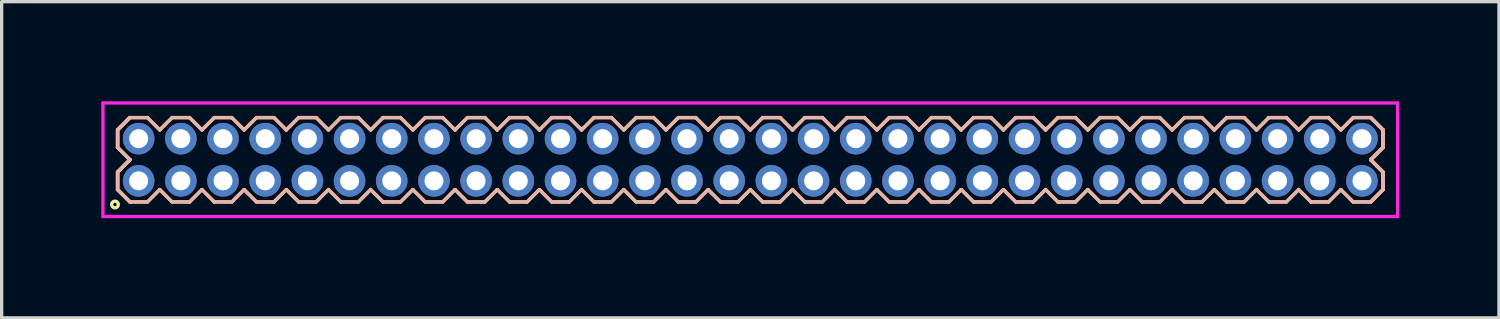
<source format=kicad_pcb>
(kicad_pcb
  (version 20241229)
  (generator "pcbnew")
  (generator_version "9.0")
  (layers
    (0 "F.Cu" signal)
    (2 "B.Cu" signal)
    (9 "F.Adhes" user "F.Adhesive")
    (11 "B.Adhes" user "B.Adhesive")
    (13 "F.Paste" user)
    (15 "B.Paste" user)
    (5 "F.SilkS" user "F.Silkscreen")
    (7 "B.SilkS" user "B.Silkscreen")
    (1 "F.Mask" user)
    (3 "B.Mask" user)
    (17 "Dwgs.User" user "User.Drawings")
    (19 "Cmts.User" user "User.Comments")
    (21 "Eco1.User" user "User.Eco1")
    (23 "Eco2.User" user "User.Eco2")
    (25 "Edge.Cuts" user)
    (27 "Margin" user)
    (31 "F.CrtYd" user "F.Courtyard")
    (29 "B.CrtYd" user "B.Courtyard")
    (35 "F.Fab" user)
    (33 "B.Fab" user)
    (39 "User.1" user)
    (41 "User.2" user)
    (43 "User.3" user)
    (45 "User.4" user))
  (footprint "HDR127P30x2"
    (layer "F.Cu")
    (at 19.54 1.76)
    (property "Reference" "HDR127P30x2" (at 0 0 0) (layer "User.1") (effects (font (size 1 1) (thickness 0.1))))
    (attr through_hole)
    (fp_line (start -19.05 -0.898) (end -18.678 -1.27) (stroke (width 0.1) (type solid)) (layer "F.SilkS"))
    (fp_line (start -19.05 -0.898) (end -18.678 -1.27) (stroke (width 0.1) (type solid)) (layer "F.SilkS"))
    (fp_line (start -19.05 -0.372) (end -19.05 -0.898) (stroke (width 0.1) (type solid)) (layer "F.SilkS"))
    (fp_line (start -19.05 -0.372) (end -19.05 -0.898) (stroke (width 0.1) (type solid)) (layer "F.SilkS"))
    (fp_line (start -19.05 0.372) (end -18.678 0) (stroke (width 0.1) (type solid)) (layer "F.SilkS"))
    (fp_line (start -19.05 0.372) (end -18.678 0) (stroke (width 0.1) (type solid)) (layer "F.SilkS"))
    (fp_line (start -19.05 0.898) (end -19.05 0.372) (stroke (width 0.1) (type solid)) (layer "F.SilkS"))
    (fp_line (start -19.05 0.898) (end -19.05 0.372) (stroke (width 0.1) (type solid)) (layer "F.SilkS"))
    (fp_line (start -18.678 -1.27) (end -18.152 -1.27) (stroke (width 0.1) (type solid)) (layer "F.SilkS"))
    (fp_line (start -18.678 0) (end -19.05 -0.372) (stroke (width 0.1) (type solid)) (layer "F.SilkS"))
    (fp_line (start -18.678 0) (end -19.05 -0.372) (stroke (width 0.1) (type solid)) (layer "F.SilkS"))
    (fp_line (start -18.678 1.27) (end -19.05 0.898) (stroke (width 0.1) (type solid)) (layer "F.SilkS"))
    (fp_line (start -18.678 1.27) (end -19.05 0.898) (stroke (width 0.1) (type solid)) (layer "F.SilkS"))
    (fp_line (start -18.152 -1.27) (end -17.78 -0.898) (stroke (width 0.1) (type solid)) (layer "F.SilkS"))
    (fp_line (start -18.152 1.27) (end -18.678 1.27) (stroke (width 0.1) (type solid)) (layer "F.SilkS"))
    (fp_line (start -17.78 -0.898) (end -17.408 -1.27) (stroke (width 0.1) (type solid)) (layer "F.SilkS"))
    (fp_line (start -17.78 0.898) (end -18.152 1.27) (stroke (width 0.1) (type solid)) (layer "F.SilkS"))
    (fp_line (start -17.408 -1.27) (end -16.882 -1.27) (stroke (width 0.1) (type solid)) (layer "F.SilkS"))
    (fp_line (start -17.408 1.27) (end -17.78 0.898) (stroke (width 0.1) (type solid)) (layer "F.SilkS"))
    (fp_line (start -16.882 -1.27) (end -16.51 -0.898) (stroke (width 0.1) (type solid)) (layer "F.SilkS"))
    (fp_line (start -16.882 1.27) (end -17.408 1.27) (stroke (width 0.1) (type solid)) (layer "F.SilkS"))
    (fp_line (start -16.51 -0.898) (end -16.138 -1.27) (stroke (width 0.1) (type solid)) (layer "F.SilkS"))
    (fp_line (start -16.51 0.898) (end -16.882 1.27) (stroke (width 0.1) (type solid)) (layer "F.SilkS"))
    (fp_line (start -16.138 -1.27) (end -15.612 -1.27) (stroke (width 0.1) (type solid)) (layer "F.SilkS"))
    (fp_line (start -16.138 1.27) (end -16.51 0.898) (stroke (width 0.1) (type solid)) (layer "F.SilkS"))
    (fp_line (start -15.612 -1.27) (end -15.24 -0.898) (stroke (width 0.1) (type solid)) (layer "F.SilkS"))
    (fp_line (start -15.612 1.27) (end -16.138 1.27) (stroke (width 0.1) (type solid)) (layer "F.SilkS"))
    (fp_line (start -15.24 -0.898) (end -14.868 -1.27) (stroke (width 0.1) (type solid)) (layer "F.SilkS"))
    (fp_line (start -15.24 0.898) (end -15.612 1.27) (stroke (width 0.1) (type solid)) (layer "F.SilkS"))
    (fp_line (start -14.868 -1.27) (end -14.342 -1.27) (stroke (width 0.1) (type solid)) (layer "F.SilkS"))
    (fp_line (start -14.868 1.27) (end -15.24 0.898) (stroke (width 0.1) (type solid)) (layer "F.SilkS"))
    (fp_line (start -14.342 -1.27) (end -13.97 -0.898) (stroke (width 0.1) (type solid)) (layer "F.SilkS"))
    (fp_line (start -14.342 1.27) (end -14.868 1.27) (stroke (width 0.1) (type solid)) (layer "F.SilkS"))
    (fp_line (start -13.97 -0.898) (end -13.598 -1.27) (stroke (width 0.1) (type solid)) (layer "F.SilkS"))
    (fp_line (start -13.97 0.898) (end -14.342 1.27) (stroke (width 0.1) (type solid)) (layer "F.SilkS"))
    (fp_line (start -13.598 -1.27) (end -13.072 -1.27) (stroke (width 0.1) (type solid)) (layer "F.SilkS"))
    (fp_line (start -13.598 1.27) (end -13.97 0.898) (stroke (width 0.1) (type solid)) (layer "F.SilkS"))
    (fp_line (start -13.072 -1.27) (end -12.7 -0.898) (stroke (width 0.1) (type solid)) (layer "F.SilkS"))
    (fp_line (start -13.072 1.27) (end -13.598 1.27) (stroke (width 0.1) (type solid)) (layer "F.SilkS"))
    (fp_line (start -12.7 -0.898) (end -12.328 -1.27) (stroke (width 0.1) (type solid)) (layer "F.SilkS"))
    (fp_line (start -12.7 0.898) (end -13.072 1.27) (stroke (width 0.1) (type solid)) (layer "F.SilkS"))
    (fp_line (start -12.328 -1.27) (end -11.802 -1.27) (stroke (width 0.1) (type solid)) (layer "F.SilkS"))
    (fp_line (start -12.328 1.27) (end -12.7 0.898) (stroke (width 0.1) (type solid)) (layer "F.SilkS"))
    (fp_line (start -11.802 -1.27) (end -11.43 -0.898) (stroke (width 0.1) (type solid)) (layer "F.SilkS"))
    (fp_line (start -11.802 1.27) (end -12.328 1.27) (stroke (width 0.1) (type solid)) (layer "F.SilkS"))
    (fp_line (start -11.43 -0.898) (end -11.058 -1.27) (stroke (width 0.1) (type solid)) (layer "F.SilkS"))
    (fp_line (start -11.43 0.898) (end -11.802 1.27) (stroke (width 0.1) (type solid)) (layer "F.SilkS"))
    (fp_line (start -11.058 -1.27) (end -10.532 -1.27) (stroke (width 0.1) (type solid)) (layer "F.SilkS"))
    (fp_line (start -11.058 1.27) (end -11.43 0.898) (stroke (width 0.1) (type solid)) (layer "F.SilkS"))
    (fp_line (start -10.532 -1.27) (end -10.16 -0.898) (stroke (width 0.1) (type solid)) (layer "F.SilkS"))
    (fp_line (start -10.532 1.27) (end -11.058 1.27) (stroke (width 0.1) (type solid)) (layer "F.SilkS"))
    (fp_line (start -10.16 -0.898) (end -9.788 -1.27) (stroke (width 0.1) (type solid)) (layer "F.SilkS"))
    (fp_line (start -10.16 0.898) (end -10.532 1.27) (stroke (width 0.1) (type solid)) (layer "F.SilkS"))
    (fp_line (start -9.788 -1.27) (end -9.262 -1.27) (stroke (width 0.1) (type solid)) (layer "F.SilkS"))
    (fp_line (start -9.788 1.27) (end -10.16 0.898) (stroke (width 0.1) (type solid)) (layer "F.SilkS"))
    (fp_line (start -9.262 -1.27) (end -8.89 -0.898) (stroke (width 0.1) (type solid)) (layer "F.SilkS"))
    (fp_line (start -9.262 1.27) (end -9.788 1.27) (stroke (width 0.1) (type solid)) (layer "F.SilkS"))
    (fp_line (start -8.89 -0.898) (end -8.518 -1.27) (stroke (width 0.1) (type solid)) (layer "F.SilkS"))
    (fp_line (start -8.89 0.898) (end -9.262 1.27) (stroke (width 0.1) (type solid)) (layer "F.SilkS"))
    (fp_line (start -8.518 -1.27) (end -7.992 -1.27) (stroke (width 0.1) (type solid)) (layer "F.SilkS"))
    (fp_line (start -8.518 1.27) (end -8.89 0.898) (stroke (width 0.1) (type solid)) (layer "F.SilkS"))
    (fp_line (start -7.992 -1.27) (end -7.62 -0.898) (stroke (width 0.1) (type solid)) (layer "F.SilkS"))
    (fp_line (start -7.992 1.27) (end -8.518 1.27) (stroke (width 0.1) (type solid)) (layer "F.SilkS"))
    (fp_line (start -7.62 -0.898) (end -7.248 -1.27) (stroke (width 0.1) (type solid)) (layer "F.SilkS"))
    (fp_line (start -7.62 0.898) (end -7.992 1.27) (stroke (width 0.1) (type solid)) (layer "F.SilkS"))
    (fp_line (start -7.248 -1.27) (end -6.722 -1.27) (stroke (width 0.1) (type solid)) (layer "F.SilkS"))
    (fp_line (start -7.248 1.27) (end -7.62 0.898) (stroke (width 0.1) (type solid)) (layer "F.SilkS"))
    (fp_line (start -6.722 -1.27) (end -6.35 -0.898) (stroke (width 0.1) (type solid)) (layer "F.SilkS"))
    (fp_line (start -6.722 1.27) (end -7.248 1.27) (stroke (width 0.1) (type solid)) (layer "F.SilkS"))
    (fp_line (start -6.35 -0.898) (end -5.978 -1.27) (stroke (width 0.1) (type solid)) (layer "F.SilkS"))
    (fp_line (start -6.35 0.898) (end -6.722 1.27) (stroke (width 0.1) (type solid)) (layer "F.SilkS"))
    (fp_line (start -5.978 -1.27) (end -5.452 -1.27) (stroke (width 0.1) (type solid)) (layer "F.SilkS"))
    (fp_line (start -5.978 1.27) (end -6.35 0.898) (stroke (width 0.1) (type solid)) (layer "F.SilkS"))
    (fp_line (start -5.452 -1.27) (end -5.08 -0.898) (stroke (width 0.1) (type solid)) (layer "F.SilkS"))
    (fp_line (start -5.452 1.27) (end -5.978 1.27) (stroke (width 0.1) (type solid)) (layer "F.SilkS"))
    (fp_line (start -5.08 -0.898) (end -4.708 -1.27) (stroke (width 0.1) (type solid)) (layer "F.SilkS"))
    (fp_line (start -5.08 0.898) (end -5.452 1.27) (stroke (width 0.1) (type solid)) (layer "F.SilkS"))
    (fp_line (start -4.708 -1.27) (end -4.182 -1.27) (stroke (width 0.1) (type solid)) (layer "F.SilkS"))
    (fp_line (start -4.708 1.27) (end -5.08 0.898) (stroke (width 0.1) (type solid)) (layer "F.SilkS"))
    (fp_line (start -4.182 -1.27) (end -3.81 -0.898) (stroke (width 0.1) (type solid)) (layer "F.SilkS"))
    (fp_line (start -4.182 1.27) (end -4.708 1.27) (stroke (width 0.1) (type solid)) (layer "F.SilkS"))
    (fp_line (start -3.81 -0.898) (end -3.438 -1.27) (stroke (width 0.1) (type solid)) (layer "F.SilkS"))
    (fp_line (start -3.81 0.898) (end -4.182 1.27) (stroke (width 0.1) (type solid)) (layer "F.SilkS"))
    (fp_line (start -3.438 -1.27) (end -2.912 -1.27) (stroke (width 0.1) (type solid)) (layer "F.SilkS"))
    (fp_line (start -3.438 1.27) (end -3.81 0.898) (stroke (width 0.1) (type solid)) (layer "F.SilkS"))
    (fp_line (start -2.912 -1.27) (end -2.54 -0.898) (stroke (width 0.1) (type solid)) (layer "F.SilkS"))
    (fp_line (start -2.912 1.27) (end -3.438 1.27) (stroke (width 0.1) (type solid)) (layer "F.SilkS"))
    (fp_line (start -2.54 -0.898) (end -2.168 -1.27) (stroke (width 0.1) (type solid)) (layer "F.SilkS"))
    (fp_line (start -2.54 0.898) (end -2.912 1.27) (stroke (width 0.1) (type solid)) (layer "F.SilkS"))
    (fp_line (start -2.168 -1.27) (end -1.642 -1.27) (stroke (width 0.1) (type solid)) (layer "F.SilkS"))
    (fp_line (start -2.168 1.27) (end -2.54 0.898) (stroke (width 0.1) (type solid)) (layer "F.SilkS"))
    (fp_line (start -1.642 -1.27) (end -1.27 -0.898) (stroke (width 0.1) (type solid)) (layer "F.SilkS"))
    (fp_line (start -1.642 1.27) (end -2.168 1.27) (stroke (width 0.1) (type solid)) (layer "F.SilkS"))
    (fp_line (start -1.27 -0.898) (end -0.898 -1.27) (stroke (width 0.1) (type solid)) (layer "F.SilkS"))
    (fp_line (start -1.27 0.898) (end -1.642 1.27) (stroke (width 0.1) (type solid)) (layer "F.SilkS"))
    (fp_line (start -0.898 -1.27) (end -0.372 -1.27) (stroke (width 0.1) (type solid)) (layer "F.SilkS"))
    (fp_line (start -0.898 1.27) (end -1.27 0.898) (stroke (width 0.1) (type solid)) (layer "F.SilkS"))
    (fp_line (start -0.372 -1.27) (end 0 -0.898) (stroke (width 0.1) (type solid)) (layer "F.SilkS"))
    (fp_line (start -0.372 1.27) (end -0.898 1.27) (stroke (width 0.1) (type solid)) (layer "F.SilkS"))
    (fp_line (start 0 -0.898) (end 0.372 -1.27) (stroke (width 0.1) (type solid)) (layer "F.SilkS"))
    (fp_line (start 0 0.898) (end -0.372 1.27) (stroke (width 0.1) (type solid)) (layer "F.SilkS"))
    (fp_line (start 0.372 -1.27) (end 0.898 -1.27) (stroke (width 0.1) (type solid)) (layer "F.SilkS"))
    (fp_line (start 0.372 1.27) (end 0 0.898) (stroke (width 0.1) (type solid)) (layer "F.SilkS"))
    (fp_line (start 0.898 -1.27) (end 1.27 -0.898) (stroke (width 0.1) (type solid)) (layer "F.SilkS"))
    (fp_line (start 0.898 1.27) (end 0.372 1.27) (stroke (width 0.1) (type solid)) (layer "F.SilkS"))
    (fp_line (start 1.27 -0.898) (end 1.642 -1.27) (stroke (width 0.1) (type solid)) (layer "F.SilkS"))
    (fp_line (start 1.27 0.898) (end 0.898 1.27) (stroke (width 0.1) (type solid)) (layer "F.SilkS"))
    (fp_line (start 1.642 -1.27) (end 2.168 -1.27) (stroke (width 0.1) (type solid)) (layer "F.SilkS"))
    (fp_line (start 1.642 1.27) (end 1.27 0.898) (stroke (width 0.1) (type solid)) (layer "F.SilkS"))
    (fp_line (start 2.168 -1.27) (end 2.54 -0.898) (stroke (width 0.1) (type solid)) (layer "F.SilkS"))
    (fp_line (start 2.168 1.27) (end 1.642 1.27) (stroke (width 0.1) (type solid)) (layer "F.SilkS"))
    (fp_line (start 2.54 -0.898) (end 2.912 -1.27) (stroke (width 0.1) (type solid)) (layer "F.SilkS"))
    (fp_line (start 2.54 0.898) (end 2.168 1.27) (stroke (width 0.1) (type solid)) (layer "F.SilkS"))
    (fp_line (start 2.912 -1.27) (end 3.438 -1.27) (stroke (width 0.1) (type solid)) (layer "F.SilkS"))
    (fp_line (start 2.912 1.27) (end 2.54 0.898) (stroke (width 0.1) (type solid)) (layer "F.SilkS"))
    (fp_line (start 3.438 -1.27) (end 3.81 -0.898) (stroke (width 0.1) (type solid)) (layer "F.SilkS"))
    (fp_line (start 3.438 1.27) (end 2.912 1.27) (stroke (width 0.1) (type solid)) (layer "F.SilkS"))
    (fp_line (start 3.81 -0.898) (end 4.182 -1.27) (stroke (width 0.1) (type solid)) (layer "F.SilkS"))
    (fp_line (start 3.81 0.898) (end 3.438 1.27) (stroke (width 0.1) (type solid)) (layer "F.SilkS"))
    (fp_line (start 4.182 -1.27) (end 4.708 -1.27) (stroke (width 0.1) (type solid)) (layer "F.SilkS"))
    (fp_line (start 4.182 1.27) (end 3.81 0.898) (stroke (width 0.1) (type solid)) (layer "F.SilkS"))
    (fp_line (start 4.708 -1.27) (end 5.08 -0.898) (stroke (width 0.1) (type solid)) (layer "F.SilkS"))
    (fp_line (start 4.708 1.27) (end 4.182 1.27) (stroke (width 0.1) (type solid)) (layer "F.SilkS"))
    (fp_line (start 5.08 -0.898) (end 5.452 -1.27) (stroke (width 0.1) (type solid)) (layer "F.SilkS"))
    (fp_line (start 5.08 0.898) (end 4.708 1.27) (stroke (width 0.1) (type solid)) (layer "F.SilkS"))
    (fp_line (start 5.452 -1.27) (end 5.978 -1.27) (stroke (width 0.1) (type solid)) (layer "F.SilkS"))
    (fp_line (start 5.452 1.27) (end 5.08 0.898) (stroke (width 0.1) (type solid)) (layer "F.SilkS"))
    (fp_line (start 5.978 -1.27) (end 6.35 -0.898) (stroke (width 0.1) (type solid)) (layer "F.SilkS"))
    (fp_line (start 5.978 1.27) (end 5.452 1.27) (stroke (width 0.1) (type solid)) (layer "F.SilkS"))
    (fp_line (start 6.35 -0.898) (end 6.722 -1.27) (stroke (width 0.1) (type solid)) (layer "F.SilkS"))
    (fp_line (start 6.35 0.898) (end 5.978 1.27) (stroke (width 0.1) (type solid)) (layer "F.SilkS"))
    (fp_line (start 6.722 -1.27) (end 7.248 -1.27) (stroke (width 0.1) (type solid)) (layer "F.SilkS"))
    (fp_line (start 6.722 1.27) (end 6.35 0.898) (stroke (width 0.1) (type solid)) (layer "F.SilkS"))
    (fp_line (start 7.248 -1.27) (end 7.62 -0.898) (stroke (width 0.1) (type solid)) (layer "F.SilkS"))
    (fp_line (start 7.248 1.27) (end 6.722 1.27) (stroke (width 0.1) (type solid)) (layer "F.SilkS"))
    (fp_line (start 7.62 -0.898) (end 7.992 -1.27) (stroke (width 0.1) (type solid)) (layer "F.SilkS"))
    (fp_line (start 7.62 0.898) (end 7.248 1.27) (stroke (width 0.1) (type solid)) (layer "F.SilkS"))
    (fp_line (start 7.992 -1.27) (end 8.518 -1.27) (stroke (width 0.1) (type solid)) (layer "F.SilkS"))
    (fp_line (start 7.992 1.27) (end 7.62 0.898) (stroke (width 0.1) (type solid)) (layer "F.SilkS"))
    (fp_line (start 8.518 -1.27) (end 8.89 -0.898) (stroke (width 0.1) (type solid)) (layer "F.SilkS"))
    (fp_line (start 8.518 1.27) (end 7.992 1.27) (stroke (width 0.1) (type solid)) (layer "F.SilkS"))
    (fp_line (start 8.89 -0.898) (end 9.262 -1.27) (stroke (width 0.1) (type solid)) (layer "F.SilkS"))
    (fp_line (start 8.89 0.898) (end 8.518 1.27) (stroke (width 0.1) (type solid)) (layer "F.SilkS"))
    (fp_line (start 9.262 -1.27) (end 9.788 -1.27) (stroke (width 0.1) (type solid)) (layer "F.SilkS"))
    (fp_line (start 9.262 1.27) (end 8.89 0.898) (stroke (width 0.1) (type solid)) (layer "F.SilkS"))
    (fp_line (start 9.788 -1.27) (end 10.16 -0.898) (stroke (width 0.1) (type solid)) (layer "F.SilkS"))
    (fp_line (start 9.788 1.27) (end 9.262 1.27) (stroke (width 0.1) (type solid)) (layer "F.SilkS"))
    (fp_line (start 10.16 -0.898) (end 10.532 -1.27) (stroke (width 0.1) (type solid)) (layer "F.SilkS"))
    (fp_line (start 10.16 0.898) (end 9.788 1.27) (stroke (width 0.1) (type solid)) (layer "F.SilkS"))
    (fp_line (start 10.532 -1.27) (end 11.058 -1.27) (stroke (width 0.1) (type solid)) (layer "F.SilkS"))
    (fp_line (start 10.532 1.27) (end 10.16 0.898) (stroke (width 0.1) (type solid)) (layer "F.SilkS"))
    (fp_line (start 11.058 -1.27) (end 11.43 -0.898) (stroke (width 0.1) (type solid)) (layer "F.SilkS"))
    (fp_line (start 11.058 1.27) (end 10.532 1.27) (stroke (width 0.1) (type solid)) (layer "F.SilkS"))
    (fp_line (start 11.43 -0.898) (end 11.802 -1.27) (stroke (width 0.1) (type solid)) (layer "F.SilkS"))
    (fp_line (start 11.43 0.898) (end 11.058 1.27) (stroke (width 0.1) (type solid)) (layer "F.SilkS"))
    (fp_line (start 11.802 -1.27) (end 12.328 -1.27) (stroke (width 0.1) (type solid)) (layer "F.SilkS"))
    (fp_line (start 11.802 1.27) (end 11.43 0.898) (stroke (width 0.1) (type solid)) (layer "F.SilkS"))
    (fp_line (start 12.328 -1.27) (end 12.7 -0.898) (stroke (width 0.1) (type solid)) (layer "F.SilkS"))
    (fp_line (start 12.328 1.27) (end 11.802 1.27) (stroke (width 0.1) (type solid)) (layer "F.SilkS"))
    (fp_line (start 12.7 -0.898) (end 13.072 -1.27) (stroke (width 0.1) (type solid)) (layer "F.SilkS"))
    (fp_line (start 12.7 0.898) (end 12.328 1.27) (stroke (width 0.1) (type solid)) (layer "F.SilkS"))
    (fp_line (start 13.072 -1.27) (end 13.598 -1.27) (stroke (width 0.1) (type solid)) (layer "F.SilkS"))
    (fp_line (start 13.072 1.27) (end 12.7 0.898) (stroke (width 0.1) (type solid)) (layer "F.SilkS"))
    (fp_line (start 13.598 -1.27) (end 13.97 -0.898) (stroke (width 0.1) (type solid)) (layer "F.SilkS"))
    (fp_line (start 13.598 1.27) (end 13.072 1.27) (stroke (width 0.1) (type solid)) (layer "F.SilkS"))
    (fp_line (start 13.97 -0.898) (end 14.342 -1.27) (stroke (width 0.1) (type solid)) (layer "F.SilkS"))
    (fp_line (start 13.97 0.898) (end 13.598 1.27) (stroke (width 0.1) (type solid)) (layer "F.SilkS"))
    (fp_line (start 14.342 -1.27) (end 14.868 -1.27) (stroke (width 0.1) (type solid)) (layer "F.SilkS"))
    (fp_line (start 14.342 1.27) (end 13.97 0.898) (stroke (width 0.1) (type solid)) (layer "F.SilkS"))
    (fp_line (start 14.868 -1.27) (end 15.24 -0.898) (stroke (width 0.1) (type solid)) (layer "F.SilkS"))
    (fp_line (start 14.868 1.27) (end 14.342 1.27) (stroke (width 0.1) (type solid)) (layer "F.SilkS"))
    (fp_line (start 15.24 -0.898) (end 15.612 -1.27) (stroke (width 0.1) (type solid)) (layer "F.SilkS"))
    (fp_line (start 15.24 0.898) (end 14.868 1.27) (stroke (width 0.1) (type solid)) (layer "F.SilkS"))
    (fp_line (start 15.612 -1.27) (end 16.138 -1.27) (stroke (width 0.1) (type solid)) (layer "F.SilkS"))
    (fp_line (start 15.612 1.27) (end 15.24 0.898) (stroke (width 0.1) (type solid)) (layer "F.SilkS"))
    (fp_line (start 16.138 -1.27) (end 16.51 -0.898) (stroke (width 0.1) (type solid)) (layer "F.SilkS"))
    (fp_line (start 16.138 1.27) (end 15.612 1.27) (stroke (width 0.1) (type solid)) (layer "F.SilkS"))
    (fp_line (start 16.51 -0.898) (end 16.882 -1.27) (stroke (width 0.1) (type solid)) (layer "F.SilkS"))
    (fp_line (start 16.51 0.898) (end 16.138 1.27) (stroke (width 0.1) (type solid)) (layer "F.SilkS"))
    (fp_line (start 16.882 -1.27) (end 17.408 -1.27) (stroke (width 0.1) (type solid)) (layer "F.SilkS"))
    (fp_line (start 16.882 1.27) (end 16.51 0.898) (stroke (width 0.1) (type solid)) (layer "F.SilkS"))
    (fp_line (start 17.408 -1.27) (end 17.78 -0.898) (stroke (width 0.1) (type solid)) (layer "F.SilkS"))
    (fp_line (start 17.408 1.27) (end 16.882 1.27) (stroke (width 0.1) (type solid)) (layer "F.SilkS"))
    (fp_line (start 17.78 -0.898) (end 18.152 -1.27) (stroke (width 0.1) (type solid)) (layer "F.SilkS"))
    (fp_line (start 17.78 0.898) (end 17.408 1.27) (stroke (width 0.1) (type solid)) (layer "F.SilkS"))
    (fp_line (start 18.152 -1.27) (end 18.678 -1.27) (stroke (width 0.1) (type solid)) (layer "F.SilkS"))
    (fp_line (start 18.152 1.27) (end 17.78 0.898) (stroke (width 0.1) (type solid)) (layer "F.SilkS"))
    (fp_line (start 18.678 -1.27) (end 19.05 -0.898) (stroke (width 0.1) (type solid)) (layer "F.SilkS"))
    (fp_line (start 18.678 -1.27) (end 19.05 -0.898) (stroke (width 0.1) (type solid)) (layer "F.SilkS"))
    (fp_line (start 18.678 0) (end 19.05 0.372) (stroke (width 0.1) (type solid)) (layer "F.SilkS"))
    (fp_line (start 18.678 0) (end 19.05 0.372) (stroke (width 0.1) (type solid)) (layer "F.SilkS"))
    (fp_line (start 18.678 1.27) (end 18.152 1.27) (stroke (width 0.1) (type solid)) (layer "F.SilkS"))
    (fp_line (start 19.05 -0.898) (end 19.05 -0.372) (stroke (width 0.1) (type solid)) (layer "F.SilkS"))
    (fp_line (start 19.05 -0.898) (end 19.05 -0.372) (stroke (width 0.1) (type solid)) (layer "F.SilkS"))
    (fp_line (start 19.05 -0.372) (end 18.678 0) (stroke (width 0.1) (type solid)) (layer "F.SilkS"))
    (fp_line (start 19.05 -0.372) (end 18.678 0) (stroke (width 0.1) (type solid)) (layer "F.SilkS"))
    (fp_line (start 19.05 0.372) (end 19.05 0.898) (stroke (width 0.1) (type solid)) (layer "F.SilkS"))
    (fp_line (start 19.05 0.372) (end 19.05 0.898) (stroke (width 0.1) (type solid)) (layer "F.SilkS"))
    (fp_line (start 19.05 0.898) (end 18.678 1.27) (stroke (width 0.1) (type solid)) (layer "F.SilkS"))
    (fp_line (start 19.05 0.898) (end 18.678 1.27) (stroke (width 0.1) (type solid)) (layer "F.SilkS"))
    (fp_circle (center -19.128 1.347) (end -19.027 1.347) (stroke (width 0.1) (type solid)) (fill no) (layer "F.SilkS"))
    (fp_line (start -19.05 -0.898) (end -18.678 -1.27) (stroke (width 0.1) (type solid)) (layer "B.SilkS"))
    (fp_line (start -19.05 -0.898) (end -18.678 -1.27) (stroke (width 0.1) (type solid)) (layer "B.SilkS"))
    (fp_line (start -19.05 -0.372) (end -19.05 -0.898) (stroke (width 0.1) (type solid)) (layer "B.SilkS"))
    (fp_line (start -19.05 -0.372) (end -19.05 -0.898) (stroke (width 0.1) (type solid)) (layer "B.SilkS"))
    (fp_line (start -19.05 0.372) (end -18.678 0) (stroke (width 0.1) (type solid)) (layer "B.SilkS"))
    (fp_line (start -19.05 0.372) (end -18.678 0) (stroke (width 0.1) (type solid)) (layer "B.SilkS"))
    (fp_line (start -19.05 0.898) (end -19.05 0.372) (stroke (width 0.1) (type solid)) (layer "B.SilkS"))
    (fp_line (start -19.05 0.898) (end -19.05 0.372) (stroke (width 0.1) (type solid)) (layer "B.SilkS"))
    (fp_line (start -18.678 -1.27) (end -18.152 -1.27) (stroke (width 0.1) (type solid)) (layer "B.SilkS"))
    (fp_line (start -18.678 0) (end -19.05 -0.372) (stroke (width 0.1) (type solid)) (layer "B.SilkS"))
    (fp_line (start -18.678 0) (end -19.05 -0.372) (stroke (width 0.1) (type solid)) (layer "B.SilkS"))
    (fp_line (start -18.678 1.27) (end -19.05 0.898) (stroke (width 0.1) (type solid)) (layer "B.SilkS"))
    (fp_line (start -18.678 1.27) (end -19.05 0.898) (stroke (width 0.1) (type solid)) (layer "B.SilkS"))
    (fp_line (start -18.152 -1.27) (end -17.78 -0.898) (stroke (width 0.1) (type solid)) (layer "B.SilkS"))
    (fp_line (start -18.152 1.27) (end -18.678 1.27) (stroke (width 0.1) (type solid)) (layer "B.SilkS"))
    (fp_line (start -17.78 -0.898) (end -17.408 -1.27) (stroke (width 0.1) (type solid)) (layer "B.SilkS"))
    (fp_line (start -17.78 0.898) (end -18.152 1.27) (stroke (width 0.1) (type solid)) (layer "B.SilkS"))
    (fp_line (start -17.408 -1.27) (end -16.882 -1.27) (stroke (width 0.1) (type solid)) (layer "B.SilkS"))
    (fp_line (start -17.408 1.27) (end -17.78 0.898) (stroke (width 0.1) (type solid)) (layer "B.SilkS"))
    (fp_line (start -16.882 -1.27) (end -16.51 -0.898) (stroke (width 0.1) (type solid)) (layer "B.SilkS"))
    (fp_line (start -16.882 1.27) (end -17.408 1.27) (stroke (width 0.1) (type solid)) (layer "B.SilkS"))
    (fp_line (start -16.51 -0.898) (end -16.138 -1.27) (stroke (width 0.1) (type solid)) (layer "B.SilkS"))
    (fp_line (start -16.51 0.898) (end -16.882 1.27) (stroke (width 0.1) (type solid)) (layer "B.SilkS"))
    (fp_line (start -16.138 -1.27) (end -15.612 -1.27) (stroke (width 0.1) (type solid)) (layer "B.SilkS"))
    (fp_line (start -16.138 1.27) (end -16.51 0.898) (stroke (width 0.1) (type solid)) (layer "B.SilkS"))
    (fp_line (start -15.612 -1.27) (end -15.24 -0.898) (stroke (width 0.1) (type solid)) (layer "B.SilkS"))
    (fp_line (start -15.612 1.27) (end -16.138 1.27) (stroke (width 0.1) (type solid)) (layer "B.SilkS"))
    (fp_line (start -15.24 -0.898) (end -14.868 -1.27) (stroke (width 0.1) (type solid)) (layer "B.SilkS"))
    (fp_line (start -15.24 0.898) (end -15.612 1.27) (stroke (width 0.1) (type solid)) (layer "B.SilkS"))
    (fp_line (start -14.868 -1.27) (end -14.342 -1.27) (stroke (width 0.1) (type solid)) (layer "B.SilkS"))
    (fp_line (start -14.868 1.27) (end -15.24 0.898) (stroke (width 0.1) (type solid)) (layer "B.SilkS"))
    (fp_line (start -14.342 -1.27) (end -13.97 -0.898) (stroke (width 0.1) (type solid)) (layer "B.SilkS"))
    (fp_line (start -14.342 1.27) (end -14.868 1.27) (stroke (width 0.1) (type solid)) (layer "B.SilkS"))
    (fp_line (start -13.97 -0.898) (end -13.598 -1.27) (stroke (width 0.1) (type solid)) (layer "B.SilkS"))
    (fp_line (start -13.97 0.898) (end -14.342 1.27) (stroke (width 0.1) (type solid)) (layer "B.SilkS"))
    (fp_line (start -13.598 -1.27) (end -13.072 -1.27) (stroke (width 0.1) (type solid)) (layer "B.SilkS"))
    (fp_line (start -13.598 1.27) (end -13.97 0.898) (stroke (width 0.1) (type solid)) (layer "B.SilkS"))
    (fp_line (start -13.072 -1.27) (end -12.7 -0.898) (stroke (width 0.1) (type solid)) (layer "B.SilkS"))
    (fp_line (start -13.072 1.27) (end -13.598 1.27) (stroke (width 0.1) (type solid)) (layer "B.SilkS"))
    (fp_line (start -12.7 -0.898) (end -12.328 -1.27) (stroke (width 0.1) (type solid)) (layer "B.SilkS"))
    (fp_line (start -12.7 0.898) (end -13.072 1.27) (stroke (width 0.1) (type solid)) (layer "B.SilkS"))
    (fp_line (start -12.328 -1.27) (end -11.802 -1.27) (stroke (width 0.1) (type solid)) (layer "B.SilkS"))
    (fp_line (start -12.328 1.27) (end -12.7 0.898) (stroke (width 0.1) (type solid)) (layer "B.SilkS"))
    (fp_line (start -11.802 -1.27) (end -11.43 -0.898) (stroke (width 0.1) (type solid)) (layer "B.SilkS"))
    (fp_line (start -11.802 1.27) (end -12.328 1.27) (stroke (width 0.1) (type solid)) (layer "B.SilkS"))
    (fp_line (start -11.43 -0.898) (end -11.058 -1.27) (stroke (width 0.1) (type solid)) (layer "B.SilkS"))
    (fp_line (start -11.43 0.898) (end -11.802 1.27) (stroke (width 0.1) (type solid)) (layer "B.SilkS"))
    (fp_line (start -11.058 -1.27) (end -10.532 -1.27) (stroke (width 0.1) (type solid)) (layer "B.SilkS"))
    (fp_line (start -11.058 1.27) (end -11.43 0.898) (stroke (width 0.1) (type solid)) (layer "B.SilkS"))
    (fp_line (start -10.532 -1.27) (end -10.16 -0.898) (stroke (width 0.1) (type solid)) (layer "B.SilkS"))
    (fp_line (start -10.532 1.27) (end -11.058 1.27) (stroke (width 0.1) (type solid)) (layer "B.SilkS"))
    (fp_line (start -10.16 -0.898) (end -9.788 -1.27) (stroke (width 0.1) (type solid)) (layer "B.SilkS"))
    (fp_line (start -10.16 0.898) (end -10.532 1.27) (stroke (width 0.1) (type solid)) (layer "B.SilkS"))
    (fp_line (start -9.788 -1.27) (end -9.262 -1.27) (stroke (width 0.1) (type solid)) (layer "B.SilkS"))
    (fp_line (start -9.788 1.27) (end -10.16 0.898) (stroke (width 0.1) (type solid)) (layer "B.SilkS"))
    (fp_line (start -9.262 -1.27) (end -8.89 -0.898) (stroke (width 0.1) (type solid)) (layer "B.SilkS"))
    (fp_line (start -9.262 1.27) (end -9.788 1.27) (stroke (width 0.1) (type solid)) (layer "B.SilkS"))
    (fp_line (start -8.89 -0.898) (end -8.518 -1.27) (stroke (width 0.1) (type solid)) (layer "B.SilkS"))
    (fp_line (start -8.89 0.898) (end -9.262 1.27) (stroke (width 0.1) (type solid)) (layer "B.SilkS"))
    (fp_line (start -8.518 -1.27) (end -7.992 -1.27) (stroke (width 0.1) (type solid)) (layer "B.SilkS"))
    (fp_line (start -8.518 1.27) (end -8.89 0.898) (stroke (width 0.1) (type solid)) (layer "B.SilkS"))
    (fp_line (start -7.992 -1.27) (end -7.62 -0.898) (stroke (width 0.1) (type solid)) (layer "B.SilkS"))
    (fp_line (start -7.992 1.27) (end -8.518 1.27) (stroke (width 0.1) (type solid)) (layer "B.SilkS"))
    (fp_line (start -7.62 -0.898) (end -7.248 -1.27) (stroke (width 0.1) (type solid)) (layer "B.SilkS"))
    (fp_line (start -7.62 0.898) (end -7.992 1.27) (stroke (width 0.1) (type solid)) (layer "B.SilkS"))
    (fp_line (start -7.248 -1.27) (end -6.722 -1.27) (stroke (width 0.1) (type solid)) (layer "B.SilkS"))
    (fp_line (start -7.248 1.27) (end -7.62 0.898) (stroke (width 0.1) (type solid)) (layer "B.SilkS"))
    (fp_line (start -6.722 -1.27) (end -6.35 -0.898) (stroke (width 0.1) (type solid)) (layer "B.SilkS"))
    (fp_line (start -6.722 1.27) (end -7.248 1.27) (stroke (width 0.1) (type solid)) (layer "B.SilkS"))
    (fp_line (start -6.35 -0.898) (end -5.978 -1.27) (stroke (width 0.1) (type solid)) (layer "B.SilkS"))
    (fp_line (start -6.35 0.898) (end -6.722 1.27) (stroke (width 0.1) (type solid)) (layer "B.SilkS"))
    (fp_line (start -5.978 -1.27) (end -5.452 -1.27) (stroke (width 0.1) (type solid)) (layer "B.SilkS"))
    (fp_line (start -5.978 1.27) (end -6.35 0.898) (stroke (width 0.1) (type solid)) (layer "B.SilkS"))
    (fp_line (start -5.452 -1.27) (end -5.08 -0.898) (stroke (width 0.1) (type solid)) (layer "B.SilkS"))
    (fp_line (start -5.452 1.27) (end -5.978 1.27) (stroke (width 0.1) (type solid)) (layer "B.SilkS"))
    (fp_line (start -5.08 -0.898) (end -4.708 -1.27) (stroke (width 0.1) (type solid)) (layer "B.SilkS"))
    (fp_line (start -5.08 0.898) (end -5.452 1.27) (stroke (width 0.1) (type solid)) (layer "B.SilkS"))
    (fp_line (start -4.708 -1.27) (end -4.182 -1.27) (stroke (width 0.1) (type solid)) (layer "B.SilkS"))
    (fp_line (start -4.708 1.27) (end -5.08 0.898) (stroke (width 0.1) (type solid)) (layer "B.SilkS"))
    (fp_line (start -4.182 -1.27) (end -3.81 -0.898) (stroke (width 0.1) (type solid)) (layer "B.SilkS"))
    (fp_line (start -4.182 1.27) (end -4.708 1.27) (stroke (width 0.1) (type solid)) (layer "B.SilkS"))
    (fp_line (start -3.81 -0.898) (end -3.438 -1.27) (stroke (width 0.1) (type solid)) (layer "B.SilkS"))
    (fp_line (start -3.81 0.898) (end -4.182 1.27) (stroke (width 0.1) (type solid)) (layer "B.SilkS"))
    (fp_line (start -3.438 -1.27) (end -2.912 -1.27) (stroke (width 0.1) (type solid)) (layer "B.SilkS"))
    (fp_line (start -3.438 1.27) (end -3.81 0.898) (stroke (width 0.1) (type solid)) (layer "B.SilkS"))
    (fp_line (start -2.912 -1.27) (end -2.54 -0.898) (stroke (width 0.1) (type solid)) (layer "B.SilkS"))
    (fp_line (start -2.912 1.27) (end -3.438 1.27) (stroke (width 0.1) (type solid)) (layer "B.SilkS"))
    (fp_line (start -2.54 -0.898) (end -2.168 -1.27) (stroke (width 0.1) (type solid)) (layer "B.SilkS"))
    (fp_line (start -2.54 0.898) (end -2.912 1.27) (stroke (width 0.1) (type solid)) (layer "B.SilkS"))
    (fp_line (start -2.168 -1.27) (end -1.642 -1.27) (stroke (width 0.1) (type solid)) (layer "B.SilkS"))
    (fp_line (start -2.168 1.27) (end -2.54 0.898) (stroke (width 0.1) (type solid)) (layer "B.SilkS"))
    (fp_line (start -1.642 -1.27) (end -1.27 -0.898) (stroke (width 0.1) (type solid)) (layer "B.SilkS"))
    (fp_line (start -1.642 1.27) (end -2.168 1.27) (stroke (width 0.1) (type solid)) (layer "B.SilkS"))
    (fp_line (start -1.27 -0.898) (end -0.898 -1.27) (stroke (width 0.1) (type solid)) (layer "B.SilkS"))
    (fp_line (start -1.27 0.898) (end -1.642 1.27) (stroke (width 0.1) (type solid)) (layer "B.SilkS"))
    (fp_line (start -0.898 -1.27) (end -0.372 -1.27) (stroke (width 0.1) (type solid)) (layer "B.SilkS"))
    (fp_line (start -0.898 1.27) (end -1.27 0.898) (stroke (width 0.1) (type solid)) (layer "B.SilkS"))
    (fp_line (start -0.372 -1.27) (end 0 -0.898) (stroke (width 0.1) (type solid)) (layer "B.SilkS"))
    (fp_line (start -0.372 1.27) (end -0.898 1.27) (stroke (width 0.1) (type solid)) (layer "B.SilkS"))
    (fp_line (start 0 -0.898) (end 0.372 -1.27) (stroke (width 0.1) (type solid)) (layer "B.SilkS"))
    (fp_line (start 0 0.898) (end -0.372 1.27) (stroke (width 0.1) (type solid)) (layer "B.SilkS"))
    (fp_line (start 0.372 -1.27) (end 0.898 -1.27) (stroke (width 0.1) (type solid)) (layer "B.SilkS"))
    (fp_line (start 0.372 1.27) (end 0 0.898) (stroke (width 0.1) (type solid)) (layer "B.SilkS"))
    (fp_line (start 0.898 -1.27) (end 1.27 -0.898) (stroke (width 0.1) (type solid)) (layer "B.SilkS"))
    (fp_line (start 0.898 1.27) (end 0.372 1.27) (stroke (width 0.1) (type solid)) (layer "B.SilkS"))
    (fp_line (start 1.27 -0.898) (end 1.642 -1.27) (stroke (width 0.1) (type solid)) (layer "B.SilkS"))
    (fp_line (start 1.27 0.898) (end 0.898 1.27) (stroke (width 0.1) (type solid)) (layer "B.SilkS"))
    (fp_line (start 1.642 -1.27) (end 2.168 -1.27) (stroke (width 0.1) (type solid)) (layer "B.SilkS"))
    (fp_line (start 1.642 1.27) (end 1.27 0.898) (stroke (width 0.1) (type solid)) (layer "B.SilkS"))
    (fp_line (start 2.168 -1.27) (end 2.54 -0.898) (stroke (width 0.1) (type solid)) (layer "B.SilkS"))
    (fp_line (start 2.168 1.27) (end 1.642 1.27) (stroke (width 0.1) (type solid)) (layer "B.SilkS"))
    (fp_line (start 2.54 -0.898) (end 2.912 -1.27) (stroke (width 0.1) (type solid)) (layer "B.SilkS"))
    (fp_line (start 2.54 0.898) (end 2.168 1.27) (stroke (width 0.1) (type solid)) (layer "B.SilkS"))
    (fp_line (start 2.912 -1.27) (end 3.438 -1.27) (stroke (width 0.1) (type solid)) (layer "B.SilkS"))
    (fp_line (start 2.912 1.27) (end 2.54 0.898) (stroke (width 0.1) (type solid)) (layer "B.SilkS"))
    (fp_line (start 3.438 -1.27) (end 3.81 -0.898) (stroke (width 0.1) (type solid)) (layer "B.SilkS"))
    (fp_line (start 3.438 1.27) (end 2.912 1.27) (stroke (width 0.1) (type solid)) (layer "B.SilkS"))
    (fp_line (start 3.81 -0.898) (end 4.182 -1.27) (stroke (width 0.1) (type solid)) (layer "B.SilkS"))
    (fp_line (start 3.81 0.898) (end 3.438 1.27) (stroke (width 0.1) (type solid)) (layer "B.SilkS"))
    (fp_line (start 4.182 -1.27) (end 4.708 -1.27) (stroke (width 0.1) (type solid)) (layer "B.SilkS"))
    (fp_line (start 4.182 1.27) (end 3.81 0.898) (stroke (width 0.1) (type solid)) (layer "B.SilkS"))
    (fp_line (start 4.708 -1.27) (end 5.08 -0.898) (stroke (width 0.1) (type solid)) (layer "B.SilkS"))
    (fp_line (start 4.708 1.27) (end 4.182 1.27) (stroke (width 0.1) (type solid)) (layer "B.SilkS"))
    (fp_line (start 5.08 -0.898) (end 5.452 -1.27) (stroke (width 0.1) (type solid)) (layer "B.SilkS"))
    (fp_line (start 5.08 0.898) (end 4.708 1.27) (stroke (width 0.1) (type solid)) (layer "B.SilkS"))
    (fp_line (start 5.452 -1.27) (end 5.978 -1.27) (stroke (width 0.1) (type solid)) (layer "B.SilkS"))
    (fp_line (start 5.452 1.27) (end 5.08 0.898) (stroke (width 0.1) (type solid)) (layer "B.SilkS"))
    (fp_line (start 5.978 -1.27) (end 6.35 -0.898) (stroke (width 0.1) (type solid)) (layer "B.SilkS"))
    (fp_line (start 5.978 1.27) (end 5.452 1.27) (stroke (width 0.1) (type solid)) (layer "B.SilkS"))
    (fp_line (start 6.35 -0.898) (end 6.722 -1.27) (stroke (width 0.1) (type solid)) (layer "B.SilkS"))
    (fp_line (start 6.35 0.898) (end 5.978 1.27) (stroke (width 0.1) (type solid)) (layer "B.SilkS"))
    (fp_line (start 6.722 -1.27) (end 7.248 -1.27) (stroke (width 0.1) (type solid)) (layer "B.SilkS"))
    (fp_line (start 6.722 1.27) (end 6.35 0.898) (stroke (width 0.1) (type solid)) (layer "B.SilkS"))
    (fp_line (start 7.248 -1.27) (end 7.62 -0.898) (stroke (width 0.1) (type solid)) (layer "B.SilkS"))
    (fp_line (start 7.248 1.27) (end 6.722 1.27) (stroke (width 0.1) (type solid)) (layer "B.SilkS"))
    (fp_line (start 7.62 -0.898) (end 7.992 -1.27) (stroke (width 0.1) (type solid)) (layer "B.SilkS"))
    (fp_line (start 7.62 0.898) (end 7.248 1.27) (stroke (width 0.1) (type solid)) (layer "B.SilkS"))
    (fp_line (start 7.992 -1.27) (end 8.518 -1.27) (stroke (width 0.1) (type solid)) (layer "B.SilkS"))
    (fp_line (start 7.992 1.27) (end 7.62 0.898) (stroke (width 0.1) (type solid)) (layer "B.SilkS"))
    (fp_line (start 8.518 -1.27) (end 8.89 -0.898) (stroke (width 0.1) (type solid)) (layer "B.SilkS"))
    (fp_line (start 8.518 1.27) (end 7.992 1.27) (stroke (width 0.1) (type solid)) (layer "B.SilkS"))
    (fp_line (start 8.89 -0.898) (end 9.262 -1.27) (stroke (width 0.1) (type solid)) (layer "B.SilkS"))
    (fp_line (start 8.89 0.898) (end 8.518 1.27) (stroke (width 0.1) (type solid)) (layer "B.SilkS"))
    (fp_line (start 9.262 -1.27) (end 9.788 -1.27) (stroke (width 0.1) (type solid)) (layer "B.SilkS"))
    (fp_line (start 9.262 1.27) (end 8.89 0.898) (stroke (width 0.1) (type solid)) (layer "B.SilkS"))
    (fp_line (start 9.788 -1.27) (end 10.16 -0.898) (stroke (width 0.1) (type solid)) (layer "B.SilkS"))
    (fp_line (start 9.788 1.27) (end 9.262 1.27) (stroke (width 0.1) (type solid)) (layer "B.SilkS"))
    (fp_line (start 10.16 -0.898) (end 10.532 -1.27) (stroke (width 0.1) (type solid)) (layer "B.SilkS"))
    (fp_line (start 10.16 0.898) (end 9.788 1.27) (stroke (width 0.1) (type solid)) (layer "B.SilkS"))
    (fp_line (start 10.532 -1.27) (end 11.058 -1.27) (stroke (width 0.1) (type solid)) (layer "B.SilkS"))
    (fp_line (start 10.532 1.27) (end 10.16 0.898) (stroke (width 0.1) (type solid)) (layer "B.SilkS"))
    (fp_line (start 11.058 -1.27) (end 11.43 -0.898) (stroke (width 0.1) (type solid)) (layer "B.SilkS"))
    (fp_line (start 11.058 1.27) (end 10.532 1.27) (stroke (width 0.1) (type solid)) (layer "B.SilkS"))
    (fp_line (start 11.43 -0.898) (end 11.802 -1.27) (stroke (width 0.1) (type solid)) (layer "B.SilkS"))
    (fp_line (start 11.43 0.898) (end 11.058 1.27) (stroke (width 0.1) (type solid)) (layer "B.SilkS"))
    (fp_line (start 11.802 -1.27) (end 12.328 -1.27) (stroke (width 0.1) (type solid)) (layer "B.SilkS"))
    (fp_line (start 11.802 1.27) (end 11.43 0.898) (stroke (width 0.1) (type solid)) (layer "B.SilkS"))
    (fp_line (start 12.328 -1.27) (end 12.7 -0.898) (stroke (width 0.1) (type solid)) (layer "B.SilkS"))
    (fp_line (start 12.328 1.27) (end 11.802 1.27) (stroke (width 0.1) (type solid)) (layer "B.SilkS"))
    (fp_line (start 12.7 -0.898) (end 13.072 -1.27) (stroke (width 0.1) (type solid)) (layer "B.SilkS"))
    (fp_line (start 12.7 0.898) (end 12.328 1.27) (stroke (width 0.1) (type solid)) (layer "B.SilkS"))
    (fp_line (start 13.072 -1.27) (end 13.598 -1.27) (stroke (width 0.1) (type solid)) (layer "B.SilkS"))
    (fp_line (start 13.072 1.27) (end 12.7 0.898) (stroke (width 0.1) (type solid)) (layer "B.SilkS"))
    (fp_line (start 13.598 -1.27) (end 13.97 -0.898) (stroke (width 0.1) (type solid)) (layer "B.SilkS"))
    (fp_line (start 13.598 1.27) (end 13.072 1.27) (stroke (width 0.1) (type solid)) (layer "B.SilkS"))
    (fp_line (start 13.97 -0.898) (end 14.342 -1.27) (stroke (width 0.1) (type solid)) (layer "B.SilkS"))
    (fp_line (start 13.97 0.898) (end 13.598 1.27) (stroke (width 0.1) (type solid)) (layer "B.SilkS"))
    (fp_line (start 14.342 -1.27) (end 14.868 -1.27) (stroke (width 0.1) (type solid)) (layer "B.SilkS"))
    (fp_line (start 14.342 1.27) (end 13.97 0.898) (stroke (width 0.1) (type solid)) (layer "B.SilkS"))
    (fp_line (start 14.868 -1.27) (end 15.24 -0.898) (stroke (width 0.1) (type solid)) (layer "B.SilkS"))
    (fp_line (start 14.868 1.27) (end 14.342 1.27) (stroke (width 0.1) (type solid)) (layer "B.SilkS"))
    (fp_line (start 15.24 -0.898) (end 15.612 -1.27) (stroke (width 0.1) (type solid)) (layer "B.SilkS"))
    (fp_line (start 15.24 0.898) (end 14.868 1.27) (stroke (width 0.1) (type solid)) (layer "B.SilkS"))
    (fp_line (start 15.612 -1.27) (end 16.138 -1.27) (stroke (width 0.1) (type solid)) (layer "B.SilkS"))
    (fp_line (start 15.612 1.27) (end 15.24 0.898) (stroke (width 0.1) (type solid)) (layer "B.SilkS"))
    (fp_line (start 16.138 -1.27) (end 16.51 -0.898) (stroke (width 0.1) (type solid)) (layer "B.SilkS"))
    (fp_line (start 16.138 1.27) (end 15.612 1.27) (stroke (width 0.1) (type solid)) (layer "B.SilkS"))
    (fp_line (start 16.51 -0.898) (end 16.882 -1.27) (stroke (width 0.1) (type solid)) (layer "B.SilkS"))
    (fp_line (start 16.51 0.898) (end 16.138 1.27) (stroke (width 0.1) (type solid)) (layer "B.SilkS"))
    (fp_line (start 16.882 -1.27) (end 17.408 -1.27) (stroke (width 0.1) (type solid)) (layer "B.SilkS"))
    (fp_line (start 16.882 1.27) (end 16.51 0.898) (stroke (width 0.1) (type solid)) (layer "B.SilkS"))
    (fp_line (start 17.408 -1.27) (end 17.78 -0.898) (stroke (width 0.1) (type solid)) (layer "B.SilkS"))
    (fp_line (start 17.408 1.27) (end 16.882 1.27) (stroke (width 0.1) (type solid)) (layer "B.SilkS"))
    (fp_line (start 17.78 -0.898) (end 18.152 -1.27) (stroke (width 0.1) (type solid)) (layer "B.SilkS"))
    (fp_line (start 17.78 0.898) (end 17.408 1.27) (stroke (width 0.1) (type solid)) (layer "B.SilkS"))
    (fp_line (start 18.152 -1.27) (end 18.678 -1.27) (stroke (width 0.1) (type solid)) (layer "B.SilkS"))
    (fp_line (start 18.152 1.27) (end 17.78 0.898) (stroke (width 0.1) (type solid)) (layer "B.SilkS"))
    (fp_line (start 18.678 -1.27) (end 19.05 -0.898) (stroke (width 0.1) (type solid)) (layer "B.SilkS"))
    (fp_line (start 18.678 -1.27) (end 19.05 -0.898) (stroke (width 0.1) (type solid)) (layer "B.SilkS"))
    (fp_line (start 18.678 0) (end 19.05 0.372) (stroke (width 0.1) (type solid)) (layer "B.SilkS"))
    (fp_line (start 18.678 0) (end 19.05 0.372) (stroke (width 0.1) (type solid)) (layer "B.SilkS"))
    (fp_line (start 18.678 1.27) (end 18.152 1.27) (stroke (width 0.1) (type solid)) (layer "B.SilkS"))
    (fp_line (start 19.05 -0.898) (end 19.05 -0.372) (stroke (width 0.1) (type solid)) (layer "B.SilkS"))
    (fp_line (start 19.05 -0.898) (end 19.05 -0.372) (stroke (width 0.1) (type solid)) (layer "B.SilkS"))
    (fp_line (start 19.05 -0.372) (end 18.678 0) (stroke (width 0.1) (type solid)) (layer "B.SilkS"))
    (fp_line (start 19.05 -0.372) (end 18.678 0) (stroke (width 0.1) (type solid)) (layer "B.SilkS"))
    (fp_line (start 19.05 0.372) (end 19.05 0.898) (stroke (width 0.1) (type solid)) (layer "B.SilkS"))
    (fp_line (start 19.05 0.372) (end 19.05 0.898) (stroke (width 0.1) (type solid)) (layer "B.SilkS"))
    (fp_line (start 19.05 0.898) (end 18.678 1.27) (stroke (width 0.1) (type solid)) (layer "B.SilkS"))
    (fp_line (start 19.05 0.898) (end 18.678 1.27) (stroke (width 0.1) (type solid)) (layer "B.SilkS"))
    (fp_line (start -19.49 -1.71) (end -19.49 1.71) (stroke (width 0.1) (type solid)) (layer "F.CrtYd"))
    (fp_line (start -19.49 1.71) (end 19.49 1.71) (stroke (width 0.1) (type solid)) (layer "F.CrtYd"))
    (fp_line (start 19.49 -1.71) (end -19.49 -1.71) (stroke (width 0.1) (type solid)) (layer "F.CrtYd"))
    (fp_line (start 19.49 1.71) (end 19.49 -1.71) (stroke (width 0.1) (type solid)) (layer "F.CrtYd"))
    (pad "1" thru_hole oval (at -18.415 0.635) (size 0.95 0.95) (drill 0.57) (layers "*.Cu" "*.Mask"))
    (pad "2" thru_hole oval (at -18.415 -0.635) (size 0.95 0.95) (drill 0.57) (layers "*.Cu" "*.Mask"))
    (pad "3" thru_hole oval (at -17.145 0.635) (size 0.95 0.95) (drill 0.57) (layers "*.Cu" "*.Mask"))
    (pad "4" thru_hole oval (at -17.145 -0.635) (size 0.95 0.95) (drill 0.57) (layers "*.Cu" "*.Mask"))
    (pad "5" thru_hole oval (at -15.875 0.635) (size 0.95 0.95) (drill 0.57) (layers "*.Cu" "*.Mask"))
    (pad "6" thru_hole oval (at -15.875 -0.635) (size 0.95 0.95) (drill 0.57) (layers "*.Cu" "*.Mask"))
    (pad "7" thru_hole oval (at -14.605 0.635) (size 0.95 0.95) (drill 0.57) (layers "*.Cu" "*.Mask"))
    (pad "8" thru_hole oval (at -14.605 -0.635) (size 0.95 0.95) (drill 0.57) (layers "*.Cu" "*.Mask"))
    (pad "9" thru_hole oval (at -13.335 0.635) (size 0.95 0.95) (drill 0.57) (layers "*.Cu" "*.Mask"))
    (pad "10" thru_hole oval (at -13.335 -0.635) (size 0.95 0.95) (drill 0.57) (layers "*.Cu" "*.Mask"))
    (pad "11" thru_hole oval (at -12.065 0.635) (size 0.95 0.95) (drill 0.57) (layers "*.Cu" "*.Mask"))
    (pad "12" thru_hole oval (at -12.065 -0.635) (size 0.95 0.95) (drill 0.57) (layers "*.Cu" "*.Mask"))
    (pad "13" thru_hole oval (at -10.795 0.635) (size 0.95 0.95) (drill 0.57) (layers "*.Cu" "*.Mask"))
    (pad "14" thru_hole oval (at -10.795 -0.635) (size 0.95 0.95) (drill 0.57) (layers "*.Cu" "*.Mask"))
    (pad "15" thru_hole oval (at -9.525 0.635) (size 0.95 0.95) (drill 0.57) (layers "*.Cu" "*.Mask"))
    (pad "16" thru_hole oval (at -9.525 -0.635) (size 0.95 0.95) (drill 0.57) (layers "*.Cu" "*.Mask"))
    (pad "17" thru_hole oval (at -8.255 0.635) (size 0.95 0.95) (drill 0.57) (layers "*.Cu" "*.Mask"))
    (pad "18" thru_hole oval (at -8.255 -0.635) (size 0.95 0.95) (drill 0.57) (layers "*.Cu" "*.Mask"))
    (pad "19" thru_hole oval (at -6.985 0.635) (size 0.95 0.95) (drill 0.57) (layers "*.Cu" "*.Mask"))
    (pad "20" thru_hole oval (at -6.985 -0.635) (size 0.95 0.95) (drill 0.57) (layers "*.Cu" "*.Mask"))
    (pad "21" thru_hole oval (at -5.715 0.635) (size 0.95 0.95) (drill 0.57) (layers "*.Cu" "*.Mask"))
    (pad "22" thru_hole oval (at -5.715 -0.635) (size 0.95 0.95) (drill 0.57) (layers "*.Cu" "*.Mask"))
    (pad "23" thru_hole oval (at -4.445 0.635) (size 0.95 0.95) (drill 0.57) (layers "*.Cu" "*.Mask"))
    (pad "24" thru_hole oval (at -4.445 -0.635) (size 0.95 0.95) (drill 0.57) (layers "*.Cu" "*.Mask"))
    (pad "25" thru_hole oval (at -3.175 0.635) (size 0.95 0.95) (drill 0.57) (layers "*.Cu" "*.Mask"))
    (pad "26" thru_hole oval (at -3.175 -0.635) (size 0.95 0.95) (drill 0.57) (layers "*.Cu" "*.Mask"))
    (pad "27" thru_hole oval (at -1.905 0.635) (size 0.95 0.95) (drill 0.57) (layers "*.Cu" "*.Mask"))
    (pad "28" thru_hole oval (at -1.905 -0.635) (size 0.95 0.95) (drill 0.57) (layers "*.Cu" "*.Mask"))
    (pad "29" thru_hole oval (at -0.635 0.635) (size 0.95 0.95) (drill 0.57) (layers "*.Cu" "*.Mask"))
    (pad "30" thru_hole oval (at -0.635 -0.635) (size 0.95 0.95) (drill 0.57) (layers "*.Cu" "*.Mask"))
    (pad "31" thru_hole oval (at 0.635 0.635) (size 0.95 0.95) (drill 0.57) (layers "*.Cu" "*.Mask"))
    (pad "32" thru_hole oval (at 0.635 -0.635) (size 0.95 0.95) (drill 0.57) (layers "*.Cu" "*.Mask"))
    (pad "33" thru_hole oval (at 1.905 0.635) (size 0.95 0.95) (drill 0.57) (layers "*.Cu" "*.Mask"))
    (pad "34" thru_hole oval (at 1.905 -0.635) (size 0.95 0.95) (drill 0.57) (layers "*.Cu" "*.Mask"))
    (pad "35" thru_hole oval (at 3.175 0.635) (size 0.95 0.95) (drill 0.57) (layers "*.Cu" "*.Mask"))
    (pad "36" thru_hole oval (at 3.175 -0.635) (size 0.95 0.95) (drill 0.57) (layers "*.Cu" "*.Mask"))
    (pad "37" thru_hole oval (at 4.445 0.635) (size 0.95 0.95) (drill 0.57) (layers "*.Cu" "*.Mask"))
    (pad "38" thru_hole oval (at 4.445 -0.635) (size 0.95 0.95) (drill 0.57) (layers "*.Cu" "*.Mask"))
    (pad "39" thru_hole oval (at 5.715 0.635) (size 0.95 0.95) (drill 0.57) (layers "*.Cu" "*.Mask"))
    (pad "40" thru_hole oval (at 5.715 -0.635) (size 0.95 0.95) (drill 0.57) (layers "*.Cu" "*.Mask"))
    (pad "41" thru_hole oval (at 6.985 0.635) (size 0.95 0.95) (drill 0.57) (layers "*.Cu" "*.Mask"))
    (pad "42" thru_hole oval (at 6.985 -0.635) (size 0.95 0.95) (drill 0.57) (layers "*.Cu" "*.Mask"))
    (pad "43" thru_hole oval (at 8.255 0.635) (size 0.95 0.95) (drill 0.57) (layers "*.Cu" "*.Mask"))
    (pad "44" thru_hole oval (at 8.255 -0.635) (size 0.95 0.95) (drill 0.57) (layers "*.Cu" "*.Mask"))
    (pad "45" thru_hole oval (at 9.525 0.635) (size 0.95 0.95) (drill 0.57) (layers "*.Cu" "*.Mask"))
    (pad "46" thru_hole oval (at 9.525 -0.635) (size 0.95 0.95) (drill 0.57) (layers "*.Cu" "*.Mask"))
    (pad "47" thru_hole oval (at 10.795 0.635) (size 0.95 0.95) (drill 0.57) (layers "*.Cu" "*.Mask"))
    (pad "48" thru_hole oval (at 10.795 -0.635) (size 0.95 0.95) (drill 0.57) (layers "*.Cu" "*.Mask"))
    (pad "49" thru_hole oval (at 12.065 0.635) (size 0.95 0.95) (drill 0.57) (layers "*.Cu" "*.Mask"))
    (pad "50" thru_hole oval (at 12.065 -0.635) (size 0.95 0.95) (drill 0.57) (layers "*.Cu" "*.Mask"))
    (pad "51" thru_hole oval (at 13.335 0.635) (size 0.95 0.95) (drill 0.57) (layers "*.Cu" "*.Mask"))
    (pad "52" thru_hole oval (at 13.335 -0.635) (size 0.95 0.95) (drill 0.57) (layers "*.Cu" "*.Mask"))
    (pad "53" thru_hole oval (at 14.605 0.635) (size 0.95 0.95) (drill 0.57) (layers "*.Cu" "*.Mask"))
    (pad "54" thru_hole oval (at 14.605 -0.635) (size 0.95 0.95) (drill 0.57) (layers "*.Cu" "*.Mask"))
    (pad "55" thru_hole oval (at 15.875 0.635) (size 0.95 0.95) (drill 0.57) (layers "*.Cu" "*.Mask"))
    (pad "56" thru_hole oval (at 15.875 -0.635) (size 0.95 0.95) (drill 0.57) (layers "*.Cu" "*.Mask"))
    (pad "57" thru_hole oval (at 17.145 0.635) (size 0.95 0.95) (drill 0.57) (layers "*.Cu" "*.Mask"))
    (pad "58" thru_hole oval (at 17.145 -0.635) (size 0.95 0.95) (drill 0.57) (layers "*.Cu" "*.Mask"))
    (pad "59" thru_hole oval (at 18.415 0.635) (size 0.95 0.95) (drill 0.57) (layers "*.Cu" "*.Mask"))
    (pad "60" thru_hole oval (at 18.415 -0.635) (size 0.95 0.95) (drill 0.57) (layers "*.Cu" "*.Mask")))
  (gr_rect
    (start -3 -3)
    (end 42.08 6.52)
    (stroke (width 0.1) (type default))
    (fill no)
    (layer "Edge.Cuts")))
</source>
